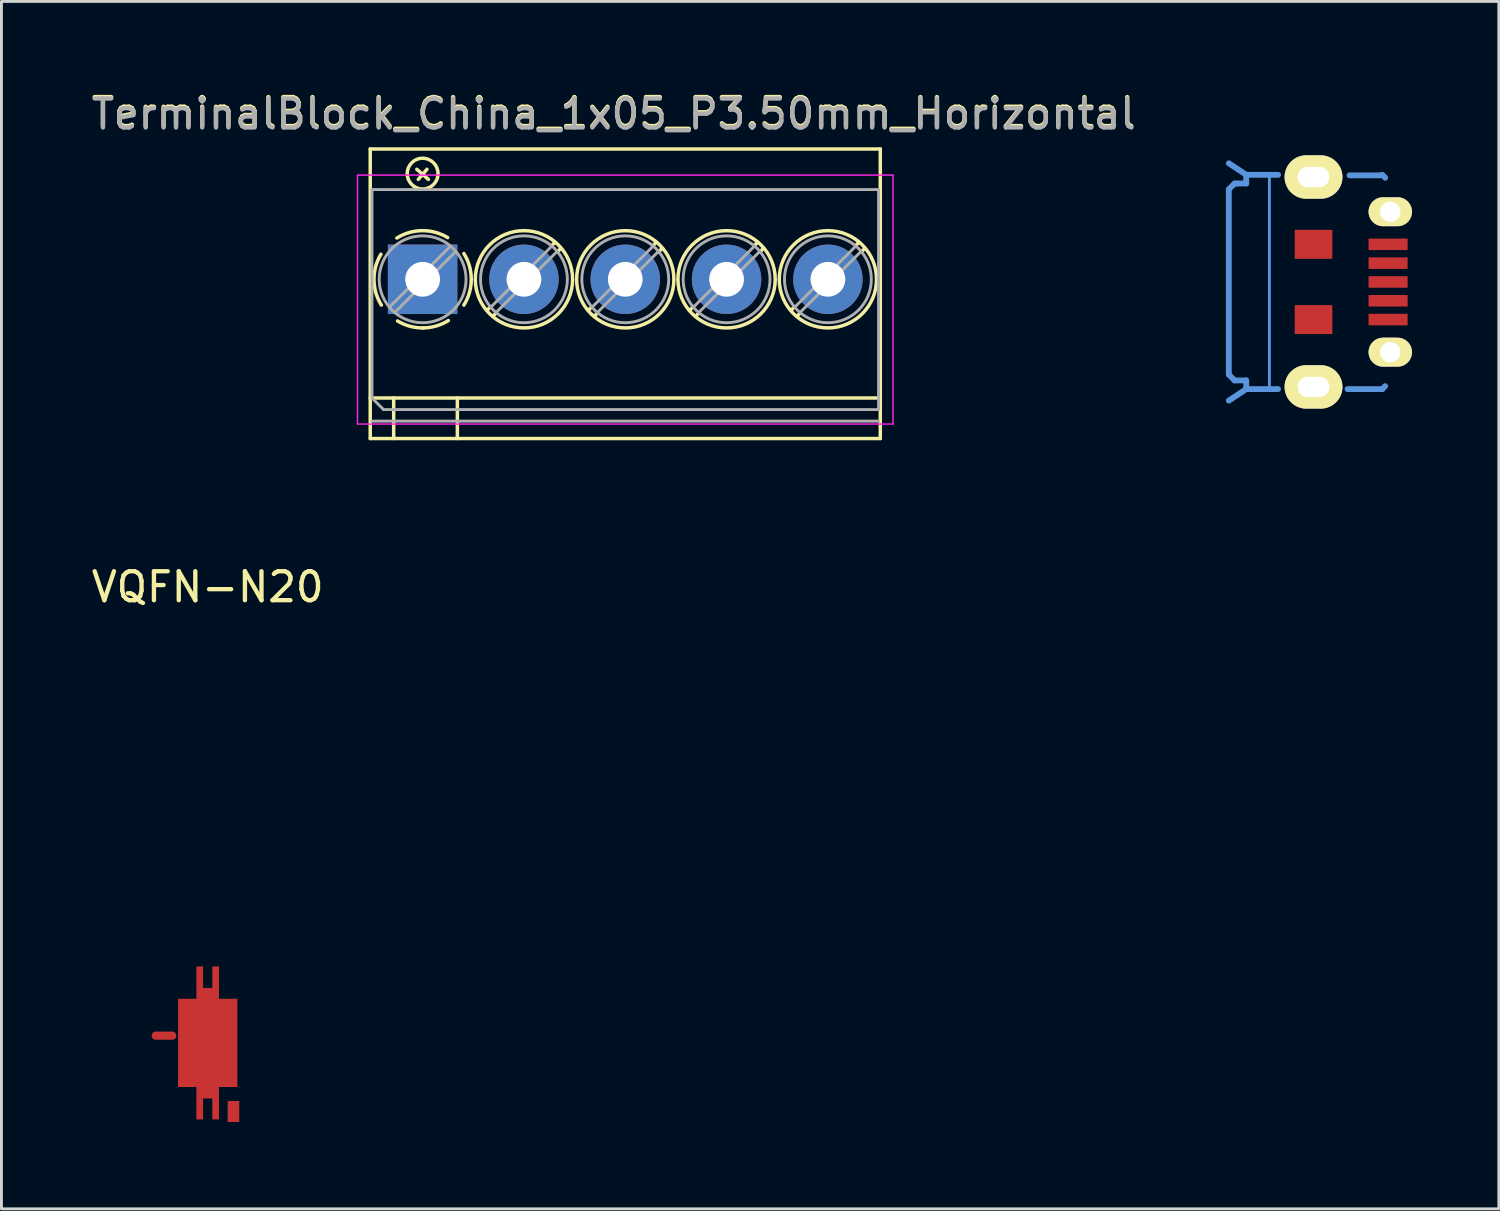
<source format=kicad_pcb>
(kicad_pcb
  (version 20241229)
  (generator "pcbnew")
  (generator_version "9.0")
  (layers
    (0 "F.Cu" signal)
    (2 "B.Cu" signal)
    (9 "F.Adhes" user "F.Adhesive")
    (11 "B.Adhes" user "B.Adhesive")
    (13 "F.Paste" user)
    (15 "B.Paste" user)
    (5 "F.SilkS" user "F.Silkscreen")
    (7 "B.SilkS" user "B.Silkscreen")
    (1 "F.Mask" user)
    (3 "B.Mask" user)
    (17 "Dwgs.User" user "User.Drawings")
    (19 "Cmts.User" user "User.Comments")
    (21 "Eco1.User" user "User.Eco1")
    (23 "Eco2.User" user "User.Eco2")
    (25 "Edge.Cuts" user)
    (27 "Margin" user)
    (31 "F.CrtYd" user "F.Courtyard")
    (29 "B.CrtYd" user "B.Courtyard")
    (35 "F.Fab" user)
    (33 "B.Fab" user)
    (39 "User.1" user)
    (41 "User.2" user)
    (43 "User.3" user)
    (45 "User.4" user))
  (footprint "USB-MICRO-5pin_PTHMOUNT"
    (layer "F.Cu")
    (at 44.9 6.69)
    (property "Reference" "USB-MICRO-5pin_PTHMOUNT" (at -4.7 0 90) (layer "Eco1.User") (effects (font (size 0.6 0.6) (thickness 0.1))))
    (attr smd)
    (fp_line (start -5.502 -3.2) (end -5.502 3.2) (stroke (width 0.201) (type solid)) (layer "Cmts.User"))
    (fp_line (start -5.502 4.1) (end -4.9 3.701) (stroke (width 0.201) (type solid)) (layer "Cmts.User"))
    (fp_line (start -5.301 -3.401) (end -5.502 -3.2) (stroke (width 0.201) (type solid)) (layer "Cmts.User"))
    (fp_line (start -5.301 3.401) (end -5.502 3.2) (stroke (width 0.201) (type solid)) (layer "Cmts.User"))
    (fp_line (start -5.199 -3.401) (end -5.301 -3.401) (stroke (width 0.201) (type solid)) (layer "Cmts.User"))
    (fp_line (start -4.9 -3.701) (end -5.502 -4.1) (stroke (width 0.201) (type solid)) (layer "Cmts.User"))
    (fp_line (start -4.9 -3.701) (end -4.9 -3.5) (stroke (width 0.201) (type solid)) (layer "Cmts.User"))
    (fp_line (start -4.9 -3.5) (end -4.9 -3.401) (stroke (width 0.201) (type solid)) (layer "Cmts.User"))
    (fp_line (start -4.9 -3.401) (end -5.199 -3.401) (stroke (width 0.201) (type solid)) (layer "Cmts.User"))
    (fp_line (start -4.9 3.401) (end -5.301 3.401) (stroke (width 0.201) (type solid)) (layer "Cmts.User"))
    (fp_line (start -4.9 3.701) (end -4.9 3.401) (stroke (width 0.201) (type solid)) (layer "Cmts.User"))
    (fp_line (start -4.9 3.701) (end -4.1 3.701) (stroke (width 0.201) (type solid)) (layer "Cmts.User"))
    (fp_line (start -4.1 -3.701) (end -4.9 -3.701) (stroke (width 0.201) (type solid)) (layer "Cmts.User"))
    (fp_line (start -4.1 -3.701) (end -4.1 3.701) (stroke (width 0.099) (type solid)) (layer "Cmts.User"))
    (fp_line (start -4.1 -3.701) (end -3.8 -3.701) (stroke (width 0.201) (type solid)) (layer "Cmts.User"))
    (fp_line (start -4.1 3.701) (end -3.8 3.701) (stroke (width 0.201) (type solid)) (layer "Cmts.User"))
    (fp_line (start -0.254 -3.683) (end -1.333 -3.683) (stroke (width 0.2) (type solid)) (layer "Cmts.User"))
    (fp_line (start -0.201 3.701) (end -1.4 3.701) (stroke (width 0.201) (type solid)) (layer "Cmts.User"))
    (fp_line (start -0.201 3.701) (end -0.102 3.599) (stroke (width 0.201) (type solid)) (layer "Cmts.User"))
    (fp_line (start -0.099 -3.599) (end -0.198 -3.701) (stroke (width 0.201) (type solid)) (layer "Cmts.User"))
    (pad "1" smd rect (at 0 -1.3) (size 1.349 0.399) (layers "F.Cu" "F.Mask" "F.Paste"))
    (pad "2" smd rect (at 0 -0.65) (size 1.349 0.399) (layers "F.Cu" "F.Mask" "F.Paste"))
    (pad "3" smd rect (at 0 0) (size 1.349 0.399) (layers "F.Cu" "F.Mask" "F.Paste"))
    (pad "4" smd rect (at 0 0.65) (size 1.349 0.399) (layers "F.Cu" "F.Mask" "F.Paste"))
    (pad "5" smd rect (at 0 1.3) (size 1.349 0.399) (layers "F.Cu" "F.Mask" "F.Paste"))
    (pad "6" thru_hole oval (at -2.576 -3.625) (size 1.999 1.501) (drill oval 1.1 0.701) (layers "*.Cu" "*.Mask" "F.SilkS"))
    (pad "6" smd rect (at -2.576 -1.3) (size 1.3 1.001) (layers "F.Cu" "F.Mask" "F.Paste"))
    (pad "6" smd rect (at -2.576 1.3) (size 1.3 1.001) (layers "F.Cu" "F.Mask" "F.Paste"))
    (pad "6" thru_hole oval (at -2.576 3.625) (size 1.999 1.501) (drill oval 1.1 0.701) (layers "*.Cu" "*.Mask" "F.SilkS"))
    (pad "6" thru_hole oval (at 0.076 -2.426) (size 1.501 1.001) (drill 0.701) (layers "*.Cu" "*.Mask" "F.SilkS"))
    (pad "6" thru_hole oval (at 0.076 2.426) (size 1.501 1.001) (drill 0.701) (layers "*.Cu" "*.Mask" "F.SilkS")))
  (footprint "TerminalBlock_China_1x05_P3.50mm_Horizontal"
    (layer "F.Cu")
    (at 11.549 6.598)
    (property "Reference" "TerminalBlock_China_1x05_P3.50mm_Horizontal" (at 6.6 -5.75 0) (layer "F.SilkS") (effects (font (size 1 1) (thickness 0.15))))
    (attr through_hole)
    (fp_line (start -1.81 -4.5) (end -1.81 5.5) (stroke (width 0.12) (type solid)) (layer "F.SilkS"))
    (fp_line (start -1.81 -4.5) (end 15.81 -4.5) (stroke (width 0.12) (type solid)) (layer "F.SilkS"))
    (fp_line (start -1.81 4.1) (end 15.81 4.1) (stroke (width 0.12) (type solid)) (layer "F.SilkS"))
    (fp_line (start -1.81 5.5) (end 15.81 5.5) (stroke (width 0.12) (type solid)) (layer "F.SilkS"))
    (fp_line (start -1 4.1) (end -1 5.5) (stroke (width 0.12) (type solid)) (layer "F.SilkS"))
    (fp_line (start -0.2 -3.8) (end 0.2 -3.45) (stroke (width 0.12) (type solid)) (layer "F.SilkS"))
    (fp_line (start 0.15 -3.8) (end -0.15 -3.45) (stroke (width 0.12) (type solid)) (layer "F.SilkS"))
    (fp_line (start 1.2 4.1) (end 1.2 5.5) (stroke (width 0.12) (type solid)) (layer "F.SilkS"))
    (fp_line (start 2.355 0.941) (end 2.226 1.069) (stroke (width 0.12) (type solid)) (layer "F.SilkS"))
    (fp_line (start 2.525 1.181) (end 2.431 1.274) (stroke (width 0.12) (type solid)) (layer "F.SilkS"))
    (fp_line (start 4.57 -1.275) (end 4.476 -1.181) (stroke (width 0.12) (type solid)) (layer "F.SilkS"))
    (fp_line (start 4.775 -1.069) (end 4.646 -0.941) (stroke (width 0.12) (type solid)) (layer "F.SilkS"))
    (fp_line (start 5.855 0.941) (end 5.726 1.069) (stroke (width 0.12) (type solid)) (layer "F.SilkS"))
    (fp_line (start 6.025 1.181) (end 5.931 1.274) (stroke (width 0.12) (type solid)) (layer "F.SilkS"))
    (fp_line (start 8.07 -1.275) (end 7.976 -1.181) (stroke (width 0.12) (type solid)) (layer "F.SilkS"))
    (fp_line (start 8.275 -1.069) (end 8.146 -0.941) (stroke (width 0.12) (type solid)) (layer "F.SilkS"))
    (fp_line (start 9.355 0.941) (end 9.226 1.069) (stroke (width 0.12) (type solid)) (layer "F.SilkS"))
    (fp_line (start 9.525 1.181) (end 9.431 1.274) (stroke (width 0.12) (type solid)) (layer "F.SilkS"))
    (fp_line (start 11.57 -1.275) (end 11.476 -1.181) (stroke (width 0.12) (type solid)) (layer "F.SilkS"))
    (fp_line (start 11.775 -1.069) (end 11.646 -0.941) (stroke (width 0.12) (type solid)) (layer "F.SilkS"))
    (fp_line (start 12.855 0.941) (end 12.726 1.069) (stroke (width 0.12) (type solid)) (layer "F.SilkS"))
    (fp_line (start 13.025 1.181) (end 12.931 1.274) (stroke (width 0.12) (type solid)) (layer "F.SilkS"))
    (fp_line (start 15.07 -1.275) (end 14.976 -1.181) (stroke (width 0.12) (type solid)) (layer "F.SilkS"))
    (fp_line (start 15.275 -1.069) (end 15.146 -0.941) (stroke (width 0.12) (type solid)) (layer "F.SilkS"))
    (fp_line (start 15.81 -4.5) (end 15.81 5.5) (stroke (width 0.12) (type solid)) (layer "F.SilkS"))
    (fp_arc (start -1.425358 0.889894) (mid -1.680286 0.014012) (end -1.44 -0.866) (stroke (width 0.12) (type solid)) (layer "F.SilkS"))
    (fp_arc (start -0.889894 -1.425358) (mid -0.014012 -1.680286) (end 0.866 -1.44) (stroke (width 0.12) (type solid)) (layer "F.SilkS"))
    (fp_arc (start 0.028674 1.680099) (mid -0.435535 1.622918) (end -0.866 1.44) (stroke (width 0.12) (type solid)) (layer "F.SilkS"))
    (fp_arc (start 0.890264 1.424721) (mid 0.463071 1.61492) (end 0 1.68) (stroke (width 0.12) (type solid)) (layer "F.SilkS"))
    (fp_arc (start 1.425504 -0.890193) (mid 1.680626 0.000476) (end 1.425 0.891) (stroke (width 0.12) (type solid)) (layer "F.SilkS"))
    (fp_circle (center 0 -3.65) (end 0.4 -3.3) (stroke (width 0.12) (type solid)) (fill no) (layer "F.SilkS"))
    (fp_circle (center 3.5 0) (end 5.18 0) (stroke (width 0.12) (type solid)) (fill no) (layer "F.SilkS"))
    (fp_circle (center 7 0) (end 8.68 0) (stroke (width 0.12) (type solid)) (fill no) (layer "F.SilkS"))
    (fp_circle (center 10.5 0) (end 12.18 0) (stroke (width 0.12) (type solid)) (fill no) (layer "F.SilkS"))
    (fp_circle (center 14 0) (end 15.68 0) (stroke (width 0.12) (type solid)) (fill no) (layer "F.SilkS"))
    (fp_line (start -2.25 -3.6) (end -2.25 5) (stroke (width 0.05) (type solid)) (layer "F.CrtYd"))
    (fp_line (start -2.25 5) (end 16.25 5) (stroke (width 0.05) (type solid)) (layer "F.CrtYd"))
    (fp_line (start 16.25 -3.6) (end -2.25 -3.6) (stroke (width 0.05) (type solid)) (layer "F.CrtYd"))
    (fp_line (start 16.25 5) (end 16.25 -3.6) (stroke (width 0.05) (type solid)) (layer "F.CrtYd"))
    (fp_line (start -1.75 -3.1) (end 15.75 -3.1) (stroke (width 0.1) (type solid)) (layer "F.Fab"))
    (fp_line (start -1.75 4.1) (end -1.75 -3.1) (stroke (width 0.1) (type solid)) (layer "F.Fab"))
    (fp_line (start -1.75 4.9) (end 15.75 4.9) (stroke (width 0.1) (type solid)) (layer "F.Fab"))
    (fp_line (start -1.35 4.5) (end -1.75 4.1) (stroke (width 0.1) (type solid)) (layer "F.Fab"))
    (fp_line (start 0.955 -1.138) (end -1.138 0.955) (stroke (width 0.1) (type solid)) (layer "F.Fab"))
    (fp_line (start 1.138 -0.955) (end -0.955 1.138) (stroke (width 0.1) (type solid)) (layer "F.Fab"))
    (fp_line (start 4.455 -1.138) (end 2.363 0.955) (stroke (width 0.1) (type solid)) (layer "F.Fab"))
    (fp_line (start 4.638 -0.955) (end 2.546 1.138) (stroke (width 0.1) (type solid)) (layer "F.Fab"))
    (fp_line (start 7.955 -1.138) (end 5.863 0.955) (stroke (width 0.1) (type solid)) (layer "F.Fab"))
    (fp_line (start 8.138 -0.955) (end 6.046 1.138) (stroke (width 0.1) (type solid)) (layer "F.Fab"))
    (fp_line (start 11.455 -1.138) (end 9.363 0.955) (stroke (width 0.1) (type solid)) (layer "F.Fab"))
    (fp_line (start 11.638 -0.955) (end 9.546 1.138) (stroke (width 0.1) (type solid)) (layer "F.Fab"))
    (fp_line (start 14.955 -1.138) (end 12.863 0.955) (stroke (width 0.1) (type solid)) (layer "F.Fab"))
    (fp_line (start 15.138 -0.955) (end 13.046 1.138) (stroke (width 0.1) (type solid)) (layer "F.Fab"))
    (fp_line (start 15.75 -3.1) (end 15.75 4.5) (stroke (width 0.1) (type solid)) (layer "F.Fab"))
    (fp_line (start 15.75 4.5) (end -1.35 4.5) (stroke (width 0.1) (type solid)) (layer "F.Fab"))
    (fp_circle (center 0 0) (end 1.5 0) (stroke (width 0.1) (type solid)) (fill no) (layer "F.Fab"))
    (fp_circle (center 3.5 0) (end 5 0) (stroke (width 0.1) (type solid)) (fill no) (layer "F.Fab"))
    (fp_circle (center 7 0) (end 8.5 0) (stroke (width 0.1) (type solid)) (fill no) (layer "F.Fab"))
    (fp_circle (center 10.5 0) (end 12 0) (stroke (width 0.1) (type solid)) (fill no) (layer "F.Fab"))
    (fp_circle (center 14 0) (end 15.5 0) (stroke (width 0.1) (type solid)) (fill no) (layer "F.Fab"))
    (fp_text user "${REFERENCE}" (at 6.6 -5.7 0) (layer "F.Fab") (effects (font (size 1 1) (thickness 0.15))))
    (pad "1" thru_hole rect (at 0 0) (size 2.4 2.4) (drill 1.2) (layers "*.Cu" "*.Mask"))
    (pad "2" thru_hole circle (at 3.5 0) (size 2.4 2.4) (drill 1.2) (layers "*.Cu" "*.Mask"))
    (pad "3" thru_hole circle (at 7 0) (size 2.4 2.4) (drill 1.2) (layers "*.Cu" "*.Mask"))
    (pad "4" thru_hole circle (at 10.5 0) (size 2.4 2.4) (drill 1.2) (layers "*.Cu" "*.Mask"))
    (pad "5" thru_hole circle (at 14 0) (size 2.4 2.4) (drill 1.2) (layers "*.Cu" "*.Mask")))
  (footprint "VQFN-N20"
    (layer "F.Cu")
    (at 4.125 32.976)
    (property "Reference" "VQFN-N20" (at 0 -15.748 0) (layer "F.SilkS") (effects (font (size 1 1) (thickness 0.15))))
    (attr through_hole)
    (pad "1" smd rect (at 0 0) (size 2.05 3.048) (layers "F.Cu" "F.Mask" "F.Paste"))
    (pad "2" smd rect (at -0.275 -2.08) (size 0.23 1.125) (layers "F.Cu" "F.Mask" "F.Paste"))
    (pad "2" smd rect (at -0.275 2.08) (size 0.23 1.125) (layers "F.Cu" "F.Mask" "F.Paste"))
    (pad "2" smd rect (at 0.275 -2.08) (size 0.23 1.125) (layers "F.Cu" "F.Mask" "F.Paste"))
    (pad "2" smd rect (at 0.275 2.08) (size 0.23 1.125) (layers "F.Cu" "F.Mask" "F.Paste"))
    (pad "3" smd oval (at -1.51 -0.25) (size 0.85 0.28) (layers "F.Cu" "F.Mask" "F.Paste"))
    (pad "3" smd rect (at 0 -1.7) (size 0.4 0.4) (layers "F.Cu" "F.Mask" "F.Paste"))
    (pad "3" smd rect (at 0.03 1.72) (size 0.4 0.4) (layers "F.Cu" "F.Mask" "F.Paste"))
    (pad "4" smd rect (at 0.89 2.37) (size 0.4 0.725) (layers "F.Cu" "F.Mask" "F.Paste")))
  (gr_rect
    (start -3 -3)
    (end 48.726 38.709)
    (stroke (width 0.1) (type default))
    (fill no)
    (layer "Edge.Cuts")))
</source>
